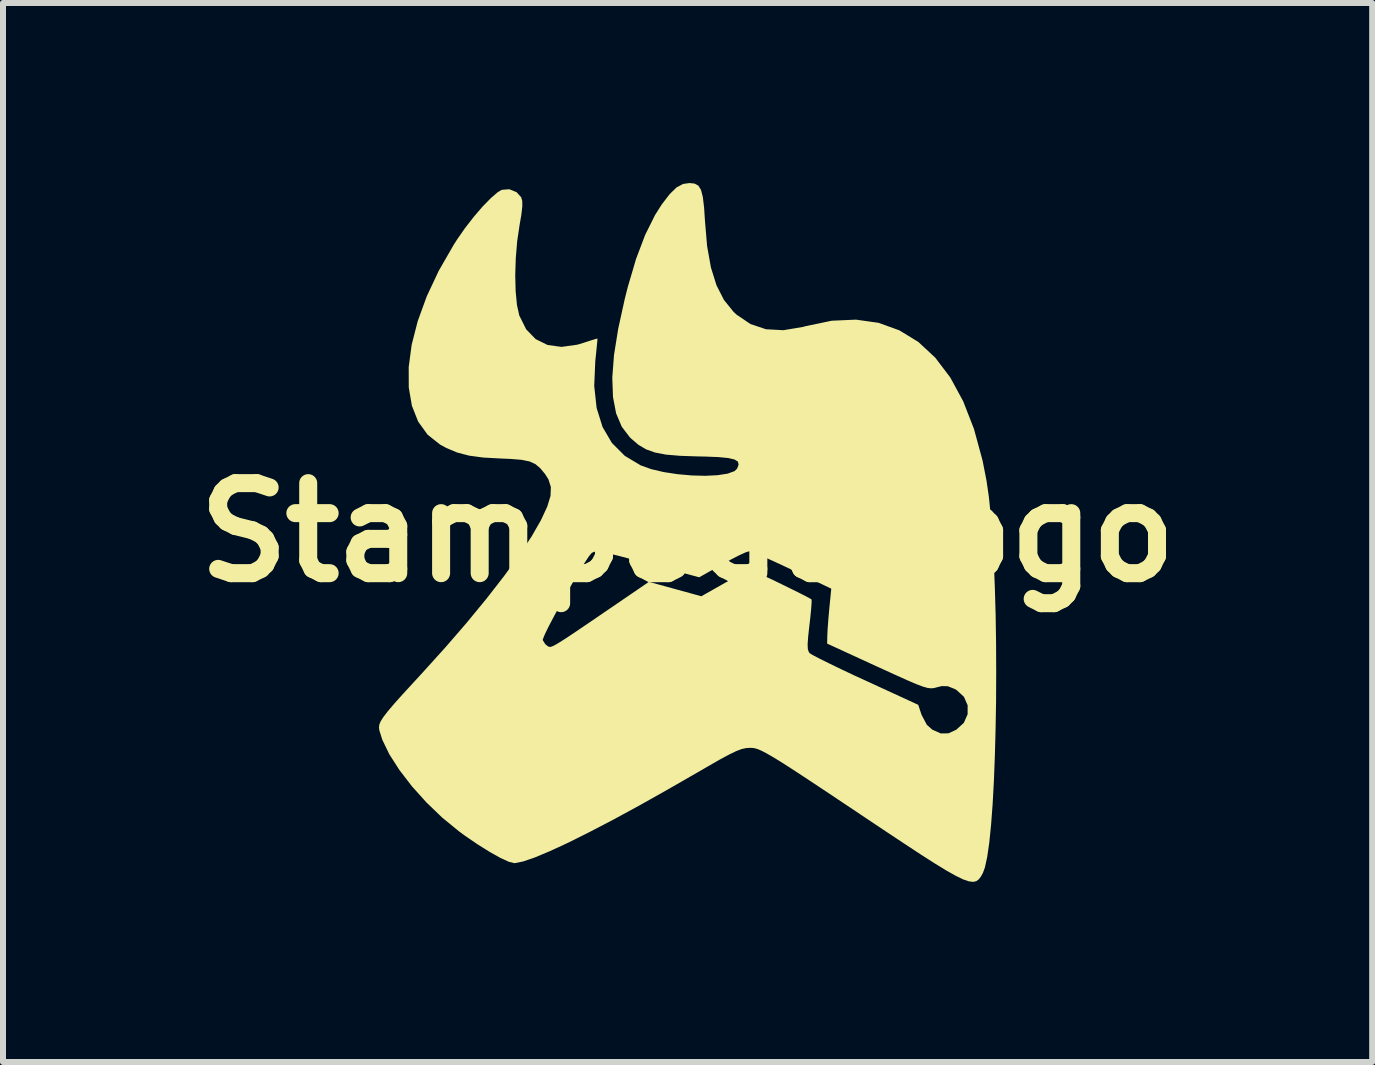
<source format=kicad_pcb>
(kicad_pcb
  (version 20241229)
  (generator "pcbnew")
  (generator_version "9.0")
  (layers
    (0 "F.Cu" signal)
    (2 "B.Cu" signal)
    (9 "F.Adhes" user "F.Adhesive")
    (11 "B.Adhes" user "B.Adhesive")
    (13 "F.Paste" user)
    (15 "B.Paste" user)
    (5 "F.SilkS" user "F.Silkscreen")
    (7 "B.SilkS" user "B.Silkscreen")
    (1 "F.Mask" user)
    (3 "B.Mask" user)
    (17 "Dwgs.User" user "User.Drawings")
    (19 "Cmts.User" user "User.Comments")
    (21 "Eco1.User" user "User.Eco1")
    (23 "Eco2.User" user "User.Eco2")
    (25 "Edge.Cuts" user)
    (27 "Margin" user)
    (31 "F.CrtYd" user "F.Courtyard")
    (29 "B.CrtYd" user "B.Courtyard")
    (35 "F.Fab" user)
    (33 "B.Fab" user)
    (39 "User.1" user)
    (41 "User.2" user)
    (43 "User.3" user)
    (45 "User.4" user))
  (footprint "StampedeLogo"
    (layer "F.Cu")
    (at 8.407 5.822)
    (property "Reference" "StampedeLogo" (at 0 0 0) (layer "F.SilkS") (effects (font (size 1.5 1.5) (thickness 0.3))))
    (attr board_only exclude_from_pos_files exclude_from_bom)
    (fp_poly (pts (xy 0.117 -5.813) (xy 0.18 -5.778) (xy 0.224 -5.707) (xy 0.254 -5.588) (xy 0.275 -5.411) (xy 0.289 -5.197) (xy 0.325 -4.772) (xy 0.389 -4.414) (xy 0.482 -4.117) (xy 0.606 -3.874) (xy 0.764 -3.678) (xy 0.815 -3.63) (xy 1.047 -3.473) (xy 1.306 -3.386) (xy 1.596 -3.37) (xy 1.919 -3.424) (xy 1.97 -3.438) (xy 2.401 -3.528) (xy 2.806 -3.546) (xy 3.182 -3.493) (xy 3.528 -3.368) (xy 3.844 -3.175) (xy 4.127 -2.912) (xy 4.377 -2.582) (xy 4.592 -2.186) (xy 4.772 -1.724) (xy 4.915 -1.198) (xy 4.981 -0.861) (xy 5.02 -0.592) (xy 5.053 -0.27) (xy 5.08 0.097) (xy 5.103 0.501) (xy 5.12 0.935) (xy 5.133 1.389) (xy 5.14 1.858) (xy 5.142 2.333) (xy 5.14 2.805) (xy 5.132 3.268) (xy 5.12 3.714) (xy 5.104 4.134) (xy 5.083 4.521) (xy 5.057 4.868) (xy 5.027 5.166) (xy 4.992 5.408) (xy 4.953 5.585) (xy 4.92 5.675) (xy 4.887 5.734) (xy 4.852 5.78) (xy 4.81 5.811) (xy 4.757 5.822) (xy 4.686 5.813) (xy 4.592 5.781) (xy 4.47 5.722) (xy 4.315 5.635) (xy 4.122 5.517) (xy 3.884 5.365) (xy 3.597 5.176) (xy 3.256 4.95) (xy 2.887 4.703) (xy 2.514 4.454) (xy 2.199 4.244) (xy 1.939 4.072) (xy 1.725 3.932) (xy 1.553 3.822) (xy 1.417 3.739) (xy 1.311 3.678) (xy 1.229 3.636) (xy 1.166 3.609) (xy 1.115 3.595) (xy 1.071 3.589) (xy 1.043 3.589) (xy 0.975 3.593) (xy 0.901 3.609) (xy 0.811 3.643) (xy 0.695 3.699) (xy 0.54 3.782) (xy 0.338 3.898) (xy 0.169 3.996) (xy -0.334 4.285) (xy -0.805 4.55) (xy -1.241 4.787) (xy -1.637 4.993) (xy -1.989 5.169) (xy -2.294 5.31) (xy -2.545 5.415) (xy -2.74 5.482) (xy -2.875 5.509) (xy -2.889 5.51) (xy -2.98 5.487) (xy -3.119 5.423) (xy -3.294 5.325) (xy -3.493 5.201) (xy -3.703 5.058) (xy -3.813 4.977) (xy -4.089 4.751) (xy -4.352 4.498) (xy -4.593 4.23) (xy -4.802 3.958) (xy -4.97 3.696) (xy -5.087 3.454) (xy -5.136 3.298) (xy -5.142 3.251) (xy -5.137 3.203) (xy -5.114 3.146) (xy -5.068 3.074) (xy -4.994 2.978) (xy -4.886 2.851) (xy -4.739 2.687) (xy -4.546 2.477) (xy -4.416 2.336) (xy -4.035 1.914) (xy -3.93 1.793) (xy -2.414 1.793) (xy -2.374 1.858) (xy -2.337 1.89) (xy -2.319 1.901) (xy -2.3 1.907) (xy -2.275 1.905) (xy -2.235 1.889) (xy -2.176 1.857) (xy -2.089 1.803) (xy -1.969 1.725) (xy -1.809 1.617) (xy -1.602 1.477) (xy -1.342 1.299) (xy -1.114 1.144) (xy -0.645 0.823) (xy -0.208 0.943) (xy 0.229 1.063) (xy 0.621 0.841) (xy 0.808 0.739) (xy 0.941 0.675) (xy 1.033 0.646) (xy 1.096 0.645) (xy 1.102 0.647) (xy 1.162 0.671) (xy 1.272 0.722) (xy 1.415 0.789) (xy 1.576 0.867) (xy 1.737 0.946) (xy 1.882 1.018) (xy 1.995 1.076) (xy 2.058 1.111) (xy 2.065 1.116) (xy 2.067 1.157) (xy 2.06 1.26) (xy 2.046 1.407) (xy 2.03 1.544) (xy 2.009 1.734) (xy 2 1.862) (xy 2.003 1.942) (xy 2.019 1.991) (xy 2.036 2.013) (xy 2.085 2.043) (xy 2.196 2.101) (xy 2.357 2.181) (xy 2.557 2.278) (xy 2.788 2.387) (xy 2.967 2.469) (xy 3.843 2.872) (xy 3.899 3.041) (xy 3.987 3.206) (xy 4.078 3.286) (xy 4.219 3.349) (xy 4.346 3.347) (xy 4.477 3.287) (xy 4.603 3.172) (xy 4.666 3.029) (xy 4.666 2.879) (xy 4.604 2.738) (xy 4.482 2.626) (xy 4.446 2.606) (xy 4.334 2.562) (xy 4.236 2.56) (xy 4.154 2.58) (xy 4.104 2.593) (xy 4.055 2.597) (xy 3.996 2.59) (xy 3.916 2.567) (xy 3.808 2.526) (xy 3.659 2.462) (xy 3.461 2.373) (xy 3.203 2.255) (xy 3.165 2.238) (xy 2.325 1.852) (xy 2.328 1.717) (xy 2.333 1.614) (xy 2.344 1.462) (xy 2.359 1.292) (xy 2.362 1.26) (xy 2.394 0.937) (xy 1.743 0.625) (xy 1.532 0.525) (xy 1.343 0.439) (xy 1.187 0.371) (xy 1.078 0.327) (xy 1.027 0.313) (xy 0.968 0.331) (xy 0.859 0.381) (xy 0.715 0.455) (xy 0.578 0.53) (xy 0.194 0.747) (xy -0.668 0.517) (xy -0.946 0.443) (xy -1.159 0.387) (xy -1.316 0.35) (xy -1.428 0.327) (xy -1.503 0.319) (xy -1.553 0.322) (xy -1.587 0.335) (xy -1.604 0.348) (xy -1.648 0.403) (xy -1.719 0.511) (xy -1.811 0.66) (xy -1.915 0.837) (xy -2.025 1.03) (xy -2.133 1.225) (xy -2.233 1.41) (xy -2.318 1.572) (xy -2.379 1.698) (xy -2.411 1.777) (xy -2.414 1.793) (xy -3.93 1.793) (xy -3.677 1.5) (xy -3.349 1.101) (xy -3.056 0.724) (xy -2.804 0.377) (xy -2.599 0.066) (xy -2.446 -0.2) (xy -2.441 -0.21) (xy -2.338 -0.432) (xy -2.284 -0.609) (xy -2.278 -0.755) (xy -2.318 -0.883) (xy -2.373 -0.971) (xy -2.454 -1.069) (xy -2.535 -1.138) (xy -2.633 -1.183) (xy -2.764 -1.21) (xy -2.946 -1.225) (xy -3.11 -1.232) (xy -3.404 -1.248) (xy -3.641 -1.28) (xy -3.84 -1.332) (xy -4.021 -1.408) (xy -4.124 -1.464) (xy -4.333 -1.63) (xy -4.49 -1.848) (xy -4.594 -2.112) (xy -4.646 -2.416) (xy -4.647 -2.756) (xy -4.598 -3.126) (xy -4.497 -3.52) (xy -4.347 -3.933) (xy -4.147 -4.359) (xy -3.897 -4.793) (xy -3.841 -4.881) (xy -3.708 -5.072) (xy -3.562 -5.26) (xy -3.415 -5.431) (xy -3.277 -5.572) (xy -3.162 -5.671) (xy -3.097 -5.709) (xy -2.971 -5.719) (xy -2.85 -5.67) (xy -2.774 -5.587) (xy -2.755 -5.526) (xy -2.754 -5.434) (xy -2.77 -5.294) (xy -2.799 -5.126) (xy -2.839 -4.856) (xy -2.863 -4.569) (xy -2.872 -4.283) (xy -2.865 -4.017) (xy -2.843 -3.789) (xy -2.805 -3.618) (xy -2.803 -3.612) (xy -2.69 -3.385) (xy -2.532 -3.222) (xy -2.334 -3.124) (xy -2.101 -3.092) (xy -1.836 -3.129) (xy -1.72 -3.164) (xy -1.604 -3.202) (xy -1.525 -3.226) (xy -1.502 -3.231) (xy -1.504 -3.192) (xy -1.514 -3.092) (xy -1.528 -2.95) (xy -1.538 -2.858) (xy -1.556 -2.442) (xy -1.516 -2.075) (xy -1.417 -1.757) (xy -1.261 -1.491) (xy -1.047 -1.277) (xy -0.782 -1.118) (xy -0.606 -1.055) (xy -0.397 -1.006) (xy -0.167 -0.971) (xy 0.069 -0.95) (xy 0.296 -0.944) (xy 0.5 -0.954) (xy 0.667 -0.98) (xy 0.782 -1.022) (xy 0.825 -1.063) (xy 0.85 -1.129) (xy 0.839 -1.179) (xy 0.784 -1.215) (xy 0.678 -1.24) (xy 0.512 -1.256) (xy 0.279 -1.265) (xy 0.171 -1.267) (xy -0.126 -1.277) (xy -0.36 -1.297) (xy -0.544 -1.332) (xy -0.692 -1.385) (xy -0.819 -1.46) (xy -0.939 -1.563) (xy -0.962 -1.585) (xy -1.097 -1.762) (xy -1.191 -1.984) (xy -1.243 -2.256) (xy -1.255 -2.579) (xy -1.226 -2.958) (xy -1.156 -3.395) (xy -1.046 -3.895) (xy -0.998 -4.085) (xy -0.859 -4.557) (xy -0.708 -4.956) (xy -0.543 -5.288) (xy -0.431 -5.465) (xy -0.298 -5.638) (xy -0.184 -5.749) (xy -0.075 -5.807) (xy 0.032 -5.822)) (stroke (width 0) (type solid)) (fill yes) (layer "F.SilkS")))
  (gr_rect
    (start -3 -3)
    (end 19.814 14.645)
    (stroke (width 0.1) (type default))
    (fill no)
    (layer "Edge.Cuts")))
</source>
